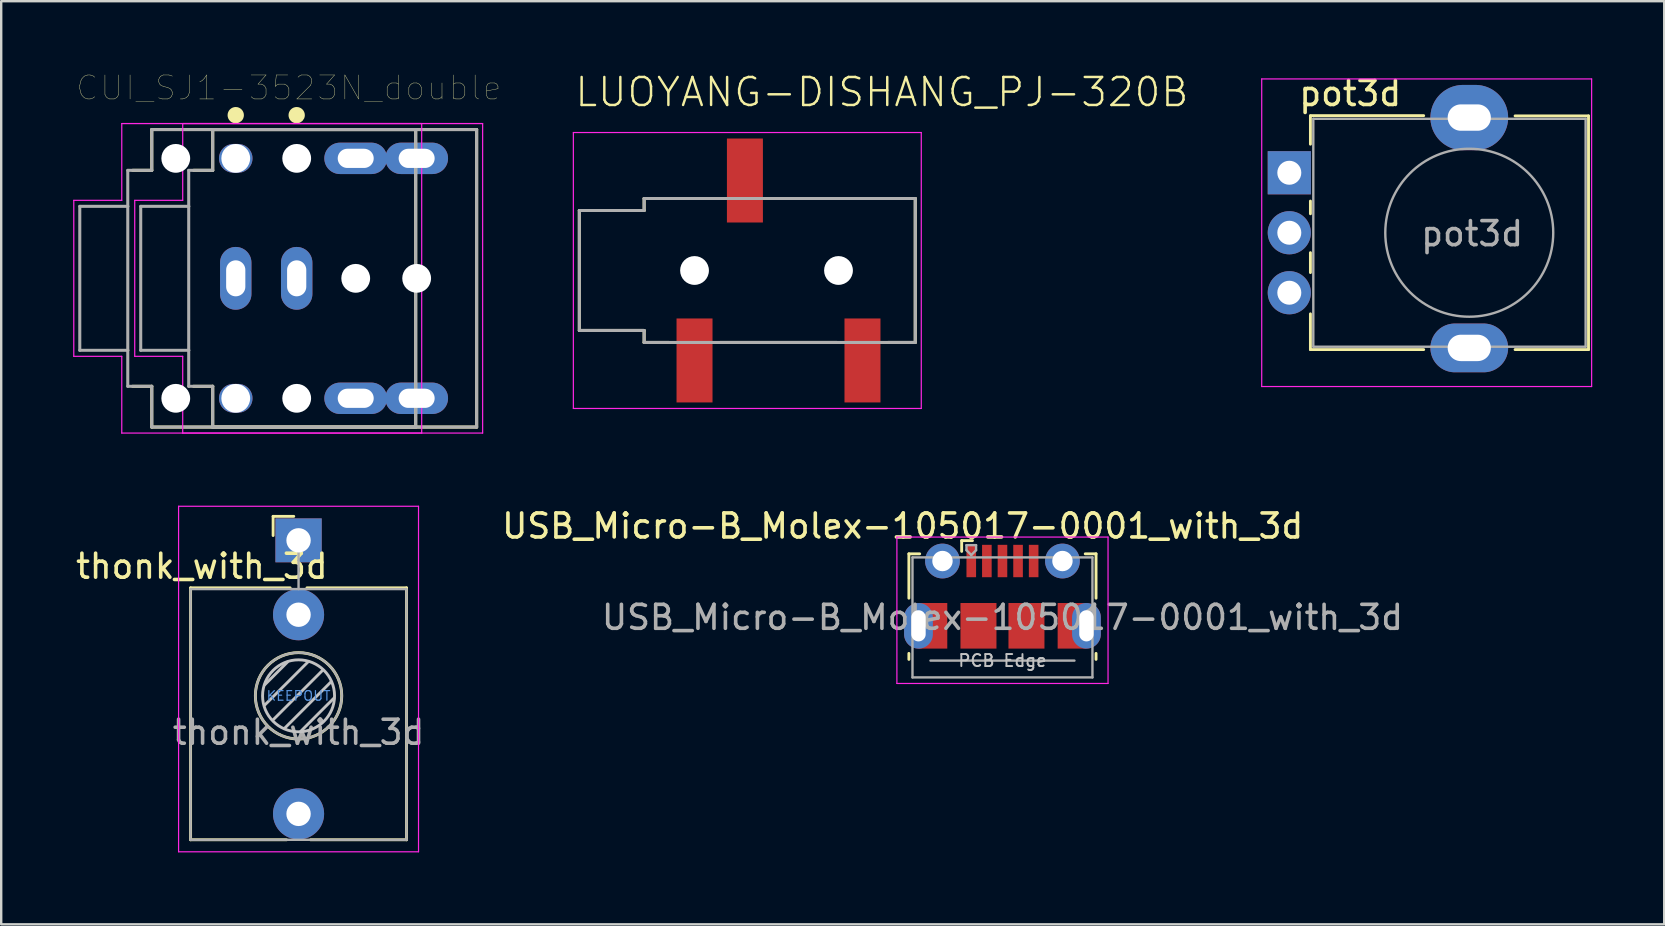
<source format=kicad_pcb>
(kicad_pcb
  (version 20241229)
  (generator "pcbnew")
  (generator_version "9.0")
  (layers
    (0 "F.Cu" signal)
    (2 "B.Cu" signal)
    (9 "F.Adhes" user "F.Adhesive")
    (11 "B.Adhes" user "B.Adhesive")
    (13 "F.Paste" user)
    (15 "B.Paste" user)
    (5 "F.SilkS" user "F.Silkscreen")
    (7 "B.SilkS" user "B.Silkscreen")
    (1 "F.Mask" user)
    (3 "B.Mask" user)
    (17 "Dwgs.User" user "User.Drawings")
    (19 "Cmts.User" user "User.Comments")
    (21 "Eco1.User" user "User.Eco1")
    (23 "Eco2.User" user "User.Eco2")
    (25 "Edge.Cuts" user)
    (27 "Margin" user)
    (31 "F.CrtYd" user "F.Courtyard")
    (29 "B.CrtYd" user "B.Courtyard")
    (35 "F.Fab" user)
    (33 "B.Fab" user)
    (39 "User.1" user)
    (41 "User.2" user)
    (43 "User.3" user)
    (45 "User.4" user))
  (footprint "CUI_SJ1-3523N_double"
    (layer "F.Cu")
    (at 9.315 8.55)
    (property "Reference" "CUI_SJ1-3523N_double" (at -0.325 -7.938 0) (layer "F.SilkS") (effects (font (size 1 1) (thickness 0.015))))
    (attr through_hole)
    (fp_line (start -6.04 -6.2) (end -6.04 -4.5) (stroke (width 0.127) (type solid)) (layer "F.SilkS"))
    (fp_line (start -6.04 -4.5) (end -6.84 -4.5) (stroke (width 0.127) (type solid)) (layer "F.SilkS"))
    (fp_line (start -6.04 4.5) (end -6.84 4.5) (stroke (width 0.127) (type solid)) (layer "F.SilkS"))
    (fp_line (start -6.04 4.5) (end -6.04 6.2) (stroke (width 0.127) (type solid)) (layer "F.SilkS"))
    (fp_line (start -3.5 -6.2) (end -3.5 -4.5) (stroke (width 0.127) (type solid)) (layer "F.SilkS"))
    (fp_line (start -3.5 -4.5) (end -4.3 -4.5) (stroke (width 0.127) (type solid)) (layer "F.SilkS"))
    (fp_line (start -3.5 4.5) (end -4.3 4.5) (stroke (width 0.127) (type solid)) (layer "F.SilkS"))
    (fp_line (start -3.5 4.5) (end -3.5 6.2) (stroke (width 0.127) (type solid)) (layer "F.SilkS"))
    (fp_line (start 4.96 -6.2) (end -6.04 -6.2) (stroke (width 0.127) (type solid)) (layer "F.SilkS"))
    (fp_line (start 4.96 -6.2) (end 4.96 6.2) (stroke (width 0.127) (type solid)) (layer "F.SilkS"))
    (fp_line (start 4.96 6.2) (end -6.04 6.2) (stroke (width 0.127) (type solid)) (layer "F.SilkS"))
    (fp_line (start 7.5 -6.2) (end -3.5 -6.2) (stroke (width 0.127) (type solid)) (layer "F.SilkS"))
    (fp_line (start 7.5 -6.2) (end 7.5 6.2) (stroke (width 0.127) (type solid)) (layer "F.SilkS"))
    (fp_line (start 7.5 6.2) (end -3.5 6.2) (stroke (width 0.127) (type solid)) (layer "F.SilkS"))
    (fp_circle (center -2.54 -6.8) (end -2.37 -6.8) (stroke (width 0.34) (type solid)) (fill no) (layer "F.SilkS"))
    (fp_circle (center 0 -6.8) (end 0.17 -6.8) (stroke (width 0.34) (type solid)) (fill no) (layer "F.SilkS"))
    (fp_line (start -9.29 -3.25) (end -9.29 3.25) (stroke (width 0.05) (type solid)) (layer "F.CrtYd"))
    (fp_line (start -9.29 3.25) (end -7.29 3.25) (stroke (width 0.05) (type solid)) (layer "F.CrtYd"))
    (fp_line (start -7.29 -6.45) (end -7.29 -3.25) (stroke (width 0.05) (type solid)) (layer "F.CrtYd"))
    (fp_line (start -7.29 -6.45) (end 5.21 -6.45) (stroke (width 0.05) (type solid)) (layer "F.CrtYd"))
    (fp_line (start -7.29 -3.25) (end -9.29 -3.25) (stroke (width 0.05) (type solid)) (layer "F.CrtYd"))
    (fp_line (start -7.29 3.25) (end -7.29 6.45) (stroke (width 0.05) (type solid)) (layer "F.CrtYd"))
    (fp_line (start -6.75 -3.25) (end -6.75 3.25) (stroke (width 0.05) (type solid)) (layer "F.CrtYd"))
    (fp_line (start -6.75 3.25) (end -4.75 3.25) (stroke (width 0.05) (type solid)) (layer "F.CrtYd"))
    (fp_line (start -4.75 -6.45) (end -4.75 -3.25) (stroke (width 0.05) (type solid)) (layer "F.CrtYd"))
    (fp_line (start -4.75 -6.45) (end 7.75 -6.45) (stroke (width 0.05) (type solid)) (layer "F.CrtYd"))
    (fp_line (start -4.75 -3.25) (end -6.75 -3.25) (stroke (width 0.05) (type solid)) (layer "F.CrtYd"))
    (fp_line (start -4.75 3.25) (end -4.75 6.45) (stroke (width 0.05) (type solid)) (layer "F.CrtYd"))
    (fp_line (start 5.21 -6.45) (end 5.21 6.45) (stroke (width 0.05) (type solid)) (layer "F.CrtYd"))
    (fp_line (start 5.21 6.45) (end -7.29 6.45) (stroke (width 0.05) (type solid)) (layer "F.CrtYd"))
    (fp_line (start 7.75 -6.45) (end 7.75 6.45) (stroke (width 0.05) (type solid)) (layer "F.CrtYd"))
    (fp_line (start 7.75 6.45) (end -4.75 6.45) (stroke (width 0.05) (type solid)) (layer "F.CrtYd"))
    (fp_line (start -9.04 -3) (end -9.04 3) (stroke (width 0.127) (type solid)) (layer "F.Fab"))
    (fp_line (start -9.04 3) (end -7.04 3) (stroke (width 0.127) (type solid)) (layer "F.Fab"))
    (fp_line (start -7.04 -6) (end -7.04 -2) (stroke (width 0.0001) (type solid)) (layer "F.Fab"))
    (fp_line (start -7.04 -4.5) (end -7.04 -3) (stroke (width 0.127) (type solid)) (layer "F.Fab"))
    (fp_line (start -7.04 -3) (end -9.04 -3) (stroke (width 0.127) (type solid)) (layer "F.Fab"))
    (fp_line (start -7.04 -3) (end -7.04 3) (stroke (width 0.127) (type solid)) (layer "F.Fab"))
    (fp_line (start -7.04 -2) (end -5.84 -2) (stroke (width 0.0001) (type solid)) (layer "F.Fab"))
    (fp_line (start -7.04 2) (end -7.04 6) (stroke (width 0.0001) (type solid)) (layer "F.Fab"))
    (fp_line (start -7.04 3) (end -7.04 4.5) (stroke (width 0.127) (type solid)) (layer "F.Fab"))
    (fp_line (start -7.04 4.5) (end -6.04 4.5) (stroke (width 0.127) (type solid)) (layer "F.Fab"))
    (fp_line (start -6.5 -3) (end -6.5 3) (stroke (width 0.127) (type solid)) (layer "F.Fab"))
    (fp_line (start -6.5 3) (end -4.5 3) (stroke (width 0.127) (type solid)) (layer "F.Fab"))
    (fp_line (start -6.04 -6.2) (end -6.04 -4.5) (stroke (width 0.127) (type solid)) (layer "F.Fab"))
    (fp_line (start -6.04 -4.5) (end -7.04 -4.5) (stroke (width 0.127) (type solid)) (layer "F.Fab"))
    (fp_line (start -6.04 4.5) (end -6.04 6.2) (stroke (width 0.127) (type solid)) (layer "F.Fab"))
    (fp_line (start -5.84 -2) (end -5.84 2) (stroke (width 0.0001) (type solid)) (layer "F.Fab"))
    (fp_line (start -5.84 2) (end -7.04 2) (stroke (width 0.0001) (type solid)) (layer "F.Fab"))
    (fp_line (start -4.5 -6) (end -4.5 -2) (stroke (width 0.0001) (type solid)) (layer "F.Fab"))
    (fp_line (start -4.5 -4.5) (end -4.5 -3) (stroke (width 0.127) (type solid)) (layer "F.Fab"))
    (fp_line (start -4.5 -3) (end -6.5 -3) (stroke (width 0.127) (type solid)) (layer "F.Fab"))
    (fp_line (start -4.5 -3) (end -4.5 3) (stroke (width 0.127) (type solid)) (layer "F.Fab"))
    (fp_line (start -4.5 -2) (end -3.3 -2) (stroke (width 0.0001) (type solid)) (layer "F.Fab"))
    (fp_line (start -4.5 2) (end -4.5 6) (stroke (width 0.0001) (type solid)) (layer "F.Fab"))
    (fp_line (start -4.5 3) (end -4.5 4.5) (stroke (width 0.127) (type solid)) (layer "F.Fab"))
    (fp_line (start -4.5 4.5) (end -3.5 4.5) (stroke (width 0.127) (type solid)) (layer "F.Fab"))
    (fp_line (start -3.5 -6.2) (end -3.5 -4.5) (stroke (width 0.127) (type solid)) (layer "F.Fab"))
    (fp_line (start -3.5 -4.5) (end -4.5 -4.5) (stroke (width 0.127) (type solid)) (layer "F.Fab"))
    (fp_line (start -3.5 4.5) (end -3.5 6.2) (stroke (width 0.127) (type solid)) (layer "F.Fab"))
    (fp_line (start -3.3 -2) (end -3.3 2) (stroke (width 0.0001) (type solid)) (layer "F.Fab"))
    (fp_line (start -3.3 2) (end -4.5 2) (stroke (width 0.0001) (type solid)) (layer "F.Fab"))
    (fp_line (start 4.96 -6.2) (end -6.04 -6.2) (stroke (width 0.127) (type solid)) (layer "F.Fab"))
    (fp_line (start 4.96 -6.2) (end 4.96 6.2) (stroke (width 0.127) (type solid)) (layer "F.Fab"))
    (fp_line (start 4.96 6.2) (end -6.04 6.2) (stroke (width 0.127) (type solid)) (layer "F.Fab"))
    (fp_line (start 7.5 -6.2) (end -3.5 -6.2) (stroke (width 0.127) (type solid)) (layer "F.Fab"))
    (fp_line (start 7.5 -6.2) (end 7.5 6.2) (stroke (width 0.127) (type solid)) (layer "F.Fab"))
    (fp_line (start 7.5 6.2) (end -3.5 6.2) (stroke (width 0.127) (type solid)) (layer "F.Fab"))
    (pad "" np_thru_hole circle (at -5.04 -5) (size 1.2 1.2) (drill 1.2) (layers "*.Cu" "*.Mask"))
    (pad "" np_thru_hole circle (at -5.04 5) (size 1.2 1.2) (drill 1.2) (layers "*.Cu" "*.Mask"))
    (pad "" np_thru_hole oval (at -2.54 -5) (size 1.397 1.2) (drill 1.2) (layers "*.Cu" "*.Mask"))
    (pad "" np_thru_hole oval (at -2.54 5) (size 1.397 1.2) (drill 1.2) (layers "*.Cu" "*.Mask"))
    (pad "" np_thru_hole circle (at 0 -5) (size 1.2 1.2) (drill 1.2) (layers "*.Cu" "*.Mask"))
    (pad "" np_thru_hole circle (at 0 5) (size 1.2 1.2) (drill 1.2) (layers "*.Cu" "*.Mask"))
    (pad "" np_thru_hole circle (at 2.46 0) (size 1.2 1.2) (drill 1.2) (layers "*.Cu" "*.Mask"))
    (pad "" np_thru_hole circle (at 5 0) (size 1.2 1.2) (drill 1.2) (layers "*.Cu" "*.Mask"))
    (pad "1" thru_hole oval (at -2.54 0) (size 1.308 2.616) (drill oval 0.8 1.5) (layers "*.Cu" "*.Mask"))
    (pad "1" thru_hole oval (at 0 0) (size 1.308 2.616) (drill oval 0.8 1.5) (layers "*.Cu" "*.Mask"))
    (pad "2" thru_hole oval (at 2.46 5) (size 2.616 1.308) (drill oval 1.5 0.8) (layers "*.Cu" "*.Mask"))
    (pad "2" thru_hole oval (at 5 5) (size 2.616 1.308) (drill oval 1.5 0.8) (layers "*.Cu" "*.Mask"))
    (pad "3" thru_hole oval (at 2.46 -5) (size 2.616 1.308) (drill oval 1.5 0.8) (layers "*.Cu" "*.Mask"))
    (pad "3" thru_hole oval (at 5 -5) (size 2.616 1.308) (drill oval 1.5 0.8) (layers "*.Cu" "*.Mask")))
  (footprint "USB_Micro-B_Molex-105017-0001_with_3d"
    (layer "F.Cu")
    (at 38.73 21.794)
    (property "Reference" "USB_Micro-B_Molex-105017-0001_with_3d" (at -4.158 -2.921 0) (layer "F.SilkS") (effects (font (size 1 1) (thickness 0.15))))
    (attr smd)
    (fp_line (start -3.9 -1.762) (end -3.45 -1.762) (stroke (width 0.12) (type solid)) (layer "F.SilkS"))
    (fp_line (start -3.9 0.087) (end -3.9 -1.762) (stroke (width 0.12) (type solid)) (layer "F.SilkS"))
    (fp_line (start -3.9 2.638) (end -3.9 2.388) (stroke (width 0.12) (type solid)) (layer "F.SilkS"))
    (fp_line (start -1.7 -2.312) (end -1.7 -1.863) (stroke (width 0.12) (type solid)) (layer "F.SilkS"))
    (fp_line (start -1.7 -2.312) (end -1.25 -2.312) (stroke (width 0.12) (type solid)) (layer "F.SilkS"))
    (fp_line (start 3.9 -1.762) (end 3.45 -1.762) (stroke (width 0.12) (type solid)) (layer "F.SilkS"))
    (fp_line (start 3.9 0.087) (end 3.9 -1.762) (stroke (width 0.12) (type solid)) (layer "F.SilkS"))
    (fp_line (start 3.9 2.638) (end 3.9 2.388) (stroke (width 0.12) (type solid)) (layer "F.SilkS"))
    (fp_line (start -4.4 -2.46) (end 4.4 -2.46) (stroke (width 0.05) (type solid)) (layer "F.CrtYd"))
    (fp_line (start -4.4 3.64) (end -4.4 -2.46) (stroke (width 0.05) (type solid)) (layer "F.CrtYd"))
    (fp_line (start -4.4 3.64) (end 4.4 3.64) (stroke (width 0.05) (type solid)) (layer "F.CrtYd"))
    (fp_line (start 4.4 -2.46) (end 4.4 3.64) (stroke (width 0.05) (type solid)) (layer "F.CrtYd"))
    (fp_line (start -3.75 -1.613) (end 3.75 -1.613) (stroke (width 0.1) (type solid)) (layer "F.Fab"))
    (fp_line (start -3.75 3.388) (end -3.75 -1.613) (stroke (width 0.1) (type solid)) (layer "F.Fab"))
    (fp_line (start -3.75 3.389) (end 3.75 3.389) (stroke (width 0.1) (type solid)) (layer "F.Fab"))
    (fp_line (start -3 2.689) (end 3 2.689) (stroke (width 0.1) (type solid)) (layer "F.Fab"))
    (fp_line (start -1.5 -2.123) (end -1.5 -1.913) (stroke (width 0.1) (type solid)) (layer "F.Fab"))
    (fp_line (start -1.5 -2.123) (end -1.1 -2.123) (stroke (width 0.1) (type solid)) (layer "F.Fab"))
    (fp_line (start -1.3 -1.712) (end -1.5 -1.913) (stroke (width 0.1) (type solid)) (layer "F.Fab"))
    (fp_line (start -1.1 -2.123) (end -1.1 -1.913) (stroke (width 0.1) (type solid)) (layer "F.Fab"))
    (fp_line (start -1.1 -1.913) (end -1.3 -1.712) (stroke (width 0.1) (type solid)) (layer "F.Fab"))
    (fp_line (start 3.75 3.388) (end 3.75 -1.613) (stroke (width 0.1) (type solid)) (layer "F.Fab"))
    (fp_text user "PCB Edge" (at 0 2.688 0) (layer "Dwgs.User") (effects (font (size 0.5 0.5) (thickness 0.08))))
    (fp_text user "${REFERENCE}" (at 0 0.887 0) (layer "F.Fab") (effects (font (size 1 1) (thickness 0.15))))
    (pad "1" smd rect (at -1.3 -1.462) (size 0.4 1.35) (layers "F.Cu" "F.Mask" "F.Paste"))
    (pad "2" smd rect (at -0.65 -1.462) (size 0.4 1.35) (layers "F.Cu" "F.Mask" "F.Paste"))
    (pad "3" smd rect (at 0 -1.462) (size 0.4 1.35) (layers "F.Cu" "F.Mask" "F.Paste"))
    (pad "4" smd rect (at 0.65 -1.462) (size 0.4 1.35) (layers "F.Cu" "F.Mask" "F.Paste"))
    (pad "5" smd rect (at 1.3 -1.462) (size 0.4 1.35) (layers "F.Cu" "F.Mask" "F.Paste"))
    (pad "6" thru_hole oval (at -3.5 1.238 180) (size 1.2 1.9) (drill oval 0.6 1.3) (layers "*.Cu" "*.Mask"))
    (pad "6" smd rect (at -2.9 1.238) (size 1.2 1.9) (layers "F.Cu" "F.Mask"))
    (pad "6" thru_hole circle (at -2.5 -1.462) (size 1.45 1.45) (drill 0.85) (layers "*.Cu" "*.Mask"))
    (pad "6" smd rect (at -1 1.238) (size 1.5 1.9) (layers "F.Cu" "F.Mask" "F.Paste"))
    (pad "6" smd rect (at 1 1.238) (size 1.5 1.9) (layers "F.Cu" "F.Mask" "F.Paste"))
    (pad "6" thru_hole circle (at 2.5 -1.462) (size 1.45 1.45) (drill 0.85) (layers "*.Cu" "*.Mask"))
    (pad "6" smd rect (at 2.9 1.238) (size 1.2 1.9) (layers "F.Cu" "F.Mask"))
    (pad "6" thru_hole oval (at 3.5 1.238) (size 1.2 1.9) (drill oval 0.6 1.3) (layers "*.Cu" "*.Mask")))
  (footprint "pot3d"
    (layer "F.Cu")
    (at 50.685 4.15)
    (property "Reference" "pot3d" (at 2.54 -3.302 0) (layer "F.SilkS") (effects (font (size 1 1) (thickness 0.15))))
    (attr through_hole)
    (fp_line (start 0.88 -2.38) (end 5.6 -2.38) (stroke (width 0.12) (type solid)) (layer "F.SilkS"))
    (fp_line (start 0.88 -1.19) (end 0.88 -2.37) (stroke (width 0.12) (type solid)) (layer "F.SilkS"))
    (fp_line (start 0.88 1.71) (end 0.88 1.18) (stroke (width 0.12) (type solid)) (layer "F.SilkS"))
    (fp_line (start 0.88 4.16) (end 0.88 3.33) (stroke (width 0.12) (type solid)) (layer "F.SilkS"))
    (fp_line (start 0.88 7.37) (end 0.88 5.88) (stroke (width 0.12) (type solid)) (layer "F.SilkS"))
    (fp_line (start 0.88 7.37) (end 5.6 7.37) (stroke (width 0.12) (type solid)) (layer "F.SilkS"))
    (fp_line (start 9.41 -2.37) (end 12.47 -2.37) (stroke (width 0.12) (type solid)) (layer "F.SilkS"))
    (fp_line (start 9.41 7.37) (end 12.47 7.37) (stroke (width 0.12) (type solid)) (layer "F.SilkS"))
    (fp_line (start 12.47 7.37) (end 12.47 -2.37) (stroke (width 0.12) (type solid)) (layer "F.SilkS"))
    (fp_line (start -1.15 -3.91) (end -1.15 8.91) (stroke (width 0.05) (type solid)) (layer "F.CrtYd"))
    (fp_line (start -1.15 8.91) (end 12.6 8.91) (stroke (width 0.05) (type solid)) (layer "F.CrtYd"))
    (fp_line (start 12.6 -3.91) (end -1.15 -3.91) (stroke (width 0.05) (type solid)) (layer "F.CrtYd"))
    (fp_line (start 12.6 8.91) (end 12.6 -3.91) (stroke (width 0.05) (type solid)) (layer "F.CrtYd"))
    (fp_line (start 1 -2.25) (end 12.35 -2.25) (stroke (width 0.1) (type solid)) (layer "F.Fab"))
    (fp_line (start 1 7.25) (end 1 -2.25) (stroke (width 0.1) (type solid)) (layer "F.Fab"))
    (fp_line (start 1 7.25) (end 12.35 7.25) (stroke (width 0.1) (type solid)) (layer "F.Fab"))
    (fp_line (start 12.35 7.25) (end 12.35 -2.25) (stroke (width 0.1) (type solid)) (layer "F.Fab"))
    (fp_circle (center 7.5 2.5) (end 7.5 -1) (stroke (width 0.1) (type solid)) (fill no) (layer "F.Fab"))
    (fp_text user "${REFERENCE}" (at 7.62 2.54 180) (layer "F.Fab") (effects (font (size 1 1) (thickness 0.15))))
    (pad "" thru_hole oval (at 7.5 -2.3 90) (size 2.72 3.24) (drill oval 1.1 1.8) (layers "*.Cu" "*.Mask"))
    (pad "" thru_hole oval (at 7.5 7.3 90) (size 2.032 3.24) (drill oval 1.1 1.8) (layers "*.Cu" "*.Mask"))
    (pad "1" thru_hole rect (at 0 0 90) (size 1.8 1.8) (drill 1) (layers "*.Cu" "*.Mask"))
    (pad "2" thru_hole circle (at 0 2.5 90) (size 1.8 1.8) (drill 1) (layers "*.Cu" "*.Mask"))
    (pad "3" thru_hole circle (at 0 5 90) (size 1.8 1.8) (drill 1) (layers "*.Cu" "*.Mask")))
  (footprint "LUOYANG-DISHANG_PJ-320B"
    (layer "F.Cu")
    (at 25.896 8.223)
    (property "Reference" "LUOYANG-DISHANG_PJ-320B" (at -5.05 -6.75 0) (layer "F.SilkS") (effects (font (size 1.168 1.168) (thickness 0.102)) (justify left bottom)))
    (fp_line (start -4.8 -2.5) (end -2.1 -2.5) (stroke (width 0.127) (type solid)) (layer "F.SilkS"))
    (fp_line (start -4.8 2.5) (end -4.8 -2.5) (stroke (width 0.127) (type solid)) (layer "F.SilkS"))
    (fp_line (start -2.1 -3) (end 1.03 -3) (stroke (width 0.127) (type solid)) (layer "F.SilkS"))
    (fp_line (start -2.1 -2.5) (end -2.1 -3) (stroke (width 0.127) (type solid)) (layer "F.SilkS"))
    (fp_line (start -2.1 2.5) (end -4.8 2.5) (stroke (width 0.127) (type solid)) (layer "F.SilkS"))
    (fp_line (start -2.1 3) (end -2.1 2.5) (stroke (width 0.127) (type solid)) (layer "F.SilkS"))
    (fp_line (start -1.07 3) (end -2.1 3) (stroke (width 0.127) (type solid)) (layer "F.SilkS"))
    (fp_line (start 1.07 3) (end 5.93 3) (stroke (width 0.127) (type solid)) (layer "F.SilkS"))
    (fp_line (start 3.17 -3) (end 9.2 -3) (stroke (width 0.127) (type solid)) (layer "F.SilkS"))
    (fp_line (start 9.2 -3) (end 9.2 3) (stroke (width 0.127) (type solid)) (layer "F.SilkS"))
    (fp_line (start 9.2 3) (end 8.07 3) (stroke (width 0.127) (type solid)) (layer "F.SilkS"))
    (fp_line (start -5.05 -5.75) (end -5.05 5.75) (stroke (width 0.05) (type solid)) (layer "F.CrtYd"))
    (fp_line (start -5.05 5.75) (end 9.45 5.75) (stroke (width 0.05) (type solid)) (layer "F.CrtYd"))
    (fp_line (start 9.45 -5.75) (end -5.05 -5.75) (stroke (width 0.05) (type solid)) (layer "F.CrtYd"))
    (fp_line (start 9.45 5.75) (end 9.45 -5.75) (stroke (width 0.05) (type solid)) (layer "F.CrtYd"))
    (fp_line (start -4.8 -2.5) (end -2.1 -2.5) (stroke (width 0.127) (type solid)) (layer "F.Fab"))
    (fp_line (start -4.8 2.5) (end -4.8 -2.5) (stroke (width 0.127) (type solid)) (layer "F.Fab"))
    (fp_line (start -2.1 -3) (end 9.2 -3) (stroke (width 0.127) (type solid)) (layer "F.Fab"))
    (fp_line (start -2.1 -2.5) (end -2.1 -3) (stroke (width 0.127) (type solid)) (layer "F.Fab"))
    (fp_line (start -2.1 2.5) (end -4.8 2.5) (stroke (width 0.127) (type solid)) (layer "F.Fab"))
    (fp_line (start -2.1 3) (end -2.1 2.5) (stroke (width 0.127) (type solid)) (layer "F.Fab"))
    (fp_line (start 9.2 -3) (end 9.2 3) (stroke (width 0.127) (type solid)) (layer "F.Fab"))
    (fp_line (start 9.2 3) (end -2.1 3) (stroke (width 0.127) (type solid)) (layer "F.Fab"))
    (pad "" np_thru_hole circle (at 0 0) (size 1.2 1.2) (drill 1.2) (layers "*.Cu" "*.Mask"))
    (pad "" np_thru_hole circle (at 6 0) (size 1.2 1.2) (drill 1.2) (layers "*.Cu" "*.Mask"))
    (pad "2" smd rect (at 7 3.75) (size 1.5 3.5) (layers "F.Cu" "F.Mask" "F.Paste"))
    (pad "3" smd rect (at 2.1 -3.75) (size 1.5 3.5) (layers "F.Cu" "F.Mask" "F.Paste"))
    (pad "4" smd rect (at 0 3.75) (size 1.5 3.5) (layers "F.Cu" "F.Mask" "F.Paste")))
  (footprint "thonk_with_3d"
    (layer "F.Cu")
    (at 9.393 19.47)
    (property "Reference" "thonk_with_3d" (at -4.03 1.08 0) (layer "F.SilkS") (effects (font (size 1 1) (thickness 0.15))))
    (attr through_hole)
    (fp_line (start -4.5 1.98) (end -4.5 12.48) (stroke (width 0.12) (type solid)) (layer "F.SilkS"))
    (fp_line (start -1.06 -1) (end -1.06 -0.2) (stroke (width 0.12) (type solid)) (layer "F.SilkS"))
    (fp_line (start -1.06 -1) (end -0.2 -1) (stroke (width 0.12) (type solid)) (layer "F.SilkS"))
    (fp_line (start -0.5 12.48) (end -4.5 12.48) (stroke (width 0.12) (type solid)) (layer "F.SilkS"))
    (fp_line (start -0.35 1.98) (end -4.5 1.98) (stroke (width 0.12) (type solid)) (layer "F.SilkS"))
    (fp_line (start 4.5 1.98) (end 0.35 1.98) (stroke (width 0.12) (type solid)) (layer "F.SilkS"))
    (fp_line (start 4.5 1.98) (end 4.5 12.48) (stroke (width 0.12) (type solid)) (layer "F.SilkS"))
    (fp_line (start 4.5 12.48) (end 0.5 12.48) (stroke (width 0.12) (type solid)) (layer "F.SilkS"))
    (fp_circle (center 0 6.48) (end 1.8 6.48) (stroke (width 0.12) (type solid)) (fill no) (layer "F.SilkS"))
    (fp_line (start -1.42 6.875) (end 0.4 5.06) (stroke (width 0.12) (type solid)) (layer "Dwgs.User"))
    (fp_line (start -1.41 6.02) (end -0.46 5.07) (stroke (width 0.12) (type solid)) (layer "Dwgs.User"))
    (fp_line (start -1.07 7.49) (end 1.01 5.41) (stroke (width 0.12) (type solid)) (layer "Dwgs.User"))
    (fp_line (start -0.58 7.83) (end 1.36 5.89) (stroke (width 0.12) (type solid)) (layer "Dwgs.User"))
    (fp_line (start 0.09 7.96) (end 1.48 6.57) (stroke (width 0.12) (type solid)) (layer "Dwgs.User"))
    (fp_circle (center 0 6.48) (end 1.5 6.48) (stroke (width 0.12) (type solid)) (fill no) (layer "Dwgs.User"))
    (fp_line (start -5 12.98) (end -5 -1.42) (stroke (width 0.05) (type solid)) (layer "F.CrtYd"))
    (fp_line (start 5 -1.42) (end -5 -1.42) (stroke (width 0.05) (type solid)) (layer "F.CrtYd"))
    (fp_line (start 5 12.98) (end -5 12.98) (stroke (width 0.05) (type solid)) (layer "F.CrtYd"))
    (fp_line (start 5 12.98) (end 5 -1.42) (stroke (width 0.05) (type solid)) (layer "F.CrtYd"))
    (fp_line (start -4.5 12.48) (end -4.5 2.08) (stroke (width 0.1) (type solid)) (layer "F.Fab"))
    (fp_line (start 0 0) (end 0 2.03) (stroke (width 0.1) (type solid)) (layer "F.Fab"))
    (fp_line (start 4.5 2.03) (end -4.5 2.03) (stroke (width 0.1) (type solid)) (layer "F.Fab"))
    (fp_line (start 4.5 12.48) (end -4.5 12.48) (stroke (width 0.1) (type solid)) (layer "F.Fab"))
    (fp_line (start 4.5 12.48) (end 4.5 2.08) (stroke (width 0.1) (type solid)) (layer "F.Fab"))
    (fp_circle (center 0 6.48) (end 1.8 6.48) (stroke (width 0.1) (type solid)) (fill no) (layer "F.Fab"))
    (fp_text user "KEEPOUT" (at 0 6.48 180) (layer "Cmts.User") (effects (font (size 0.4 0.4) (thickness 0.051))))
    (fp_text user "${REFERENCE}" (at 0 8 0) (layer "F.Fab") (effects (font (size 1 1) (thickness 0.15))))
    (pad "S" thru_hole rect (at 0 0 180) (size 1.93 1.83) (drill 1.016) (layers "*.Cu" "*.Mask"))
    (pad "T" thru_hole circle (at 0 11.4 180) (size 2.13 2.13) (drill 1.016) (layers "*.Cu" "*.Mask"))
    (pad "TN" thru_hole circle (at 0 3.1 180) (size 2.13 2.13) (drill 1.016) (layers "*.Cu" "*.Mask")))
  (gr_rect
    (start -3 -3)
    (end 66.31 35.475)
    (stroke (width 0.1) (type default))
    (fill no)
    (layer "Edge.Cuts")))
</source>
